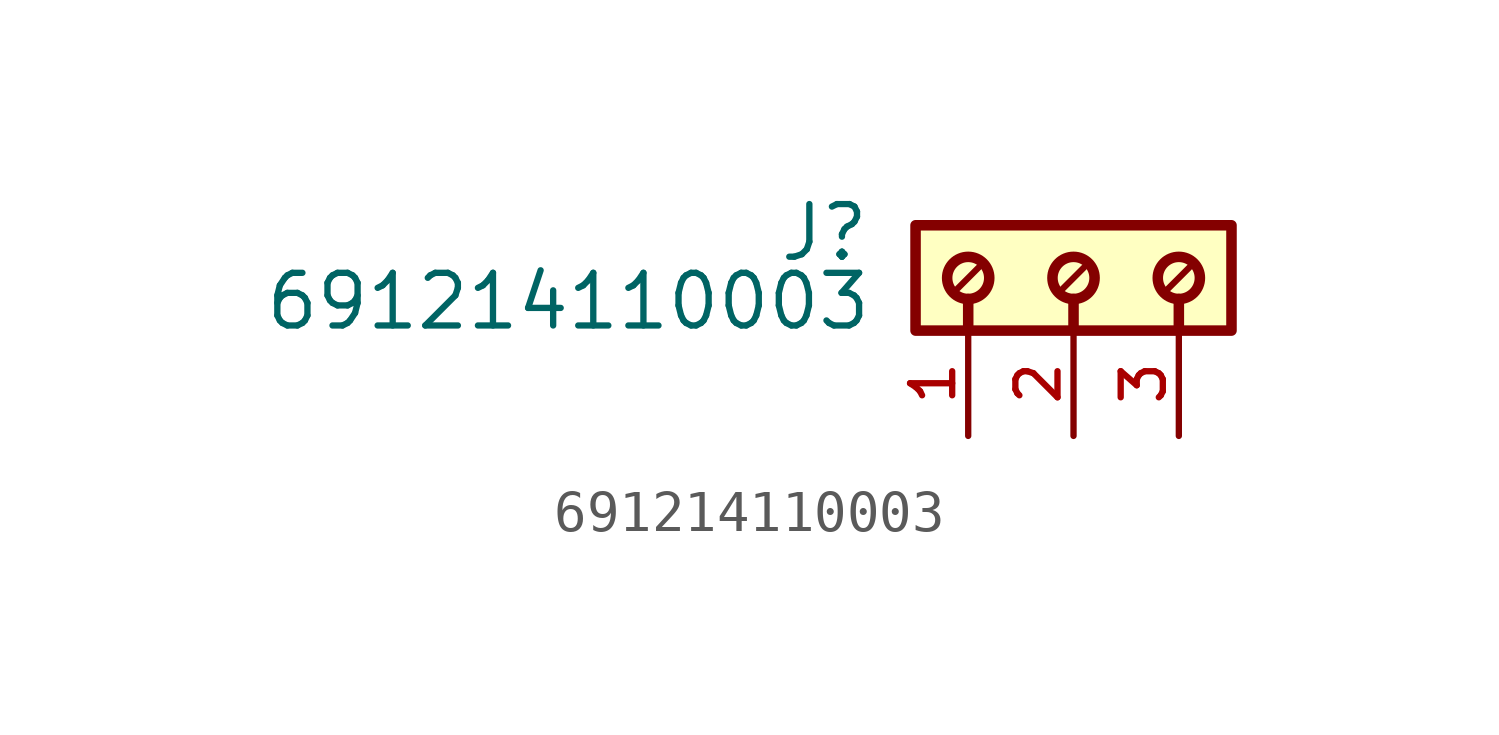
<source format=kicad_sym>
(kicad_symbol_lib
  (version 20211014)
  (generator kicad_symbol_editor)
  (symbol "691214110003"
    (pin_names
      (offset 1.016))
    (property "Reference" "J"
      (at -4.88 -0.922 0)
      (effects (font (size 1.27 1.27)) (justify bottom right)))
    (property "Value" "691214110003"
      (at -4.83 -2.58 0)
      (effects (font (size 1.27 1.27)) (justify bottom right)))
    (symbol "691214110003_0_0"
      (polyline (pts (xy -2.54 -1.778) (xy -2.54 -2.54)) (stroke (width 0.254)))
      (polyline (pts (xy 0.0 -1.778) (xy 0.0 -2.54)) (stroke (width 0.254)))
      (polyline (pts (xy -2.286 -1.016) (xy -2.794 -1.524)) (stroke (width 0.152)))
      (polyline (pts (xy 0.254 -1.016) (xy -0.254 -1.524)) (stroke (width 0.152)))
      (polyline (pts (xy 2.54 -1.778) (xy 2.54 -2.54)) (stroke (width 0.254)))
      (polyline (pts (xy 2.794 -1.016) (xy 2.286 -1.524)) (stroke (width 0.152)))
      (circle (center -2.54 -1.27) (radius 0.508) (stroke (width 0.254)) (fill (type none)))
      (circle (center 0.0 -1.27) (radius 0.508) (stroke (width 0.254)) (fill (type none)))
      (circle (center 2.54 -1.27) (radius 0.508) (stroke (width 0.254)) (fill (type none)))
      (rectangle (start -3.81 -2.54) (end 3.81 0.0) (stroke (width 0.254)) (fill (type background)))
      (pin passive line (at -2.54 -5.08 90.0) (length 2.54) (name "~" (effects (font (size 1.016 1.016)))) (number "1" (effects (font (size 1.016 1.016)))))
      (pin passive line (at 0.0 -5.08 90.0) (length 2.54) (name "~" (effects (font (size 1.016 1.016)))) (number "2" (effects (font (size 1.016 1.016)))))
      (pin passive line (at 2.54 -5.08 90.0) (length 2.54) (name "~" (effects (font (size 1.016 1.016)))) (number "3" (effects (font (size 1.016 1.016))))))))
</source>
